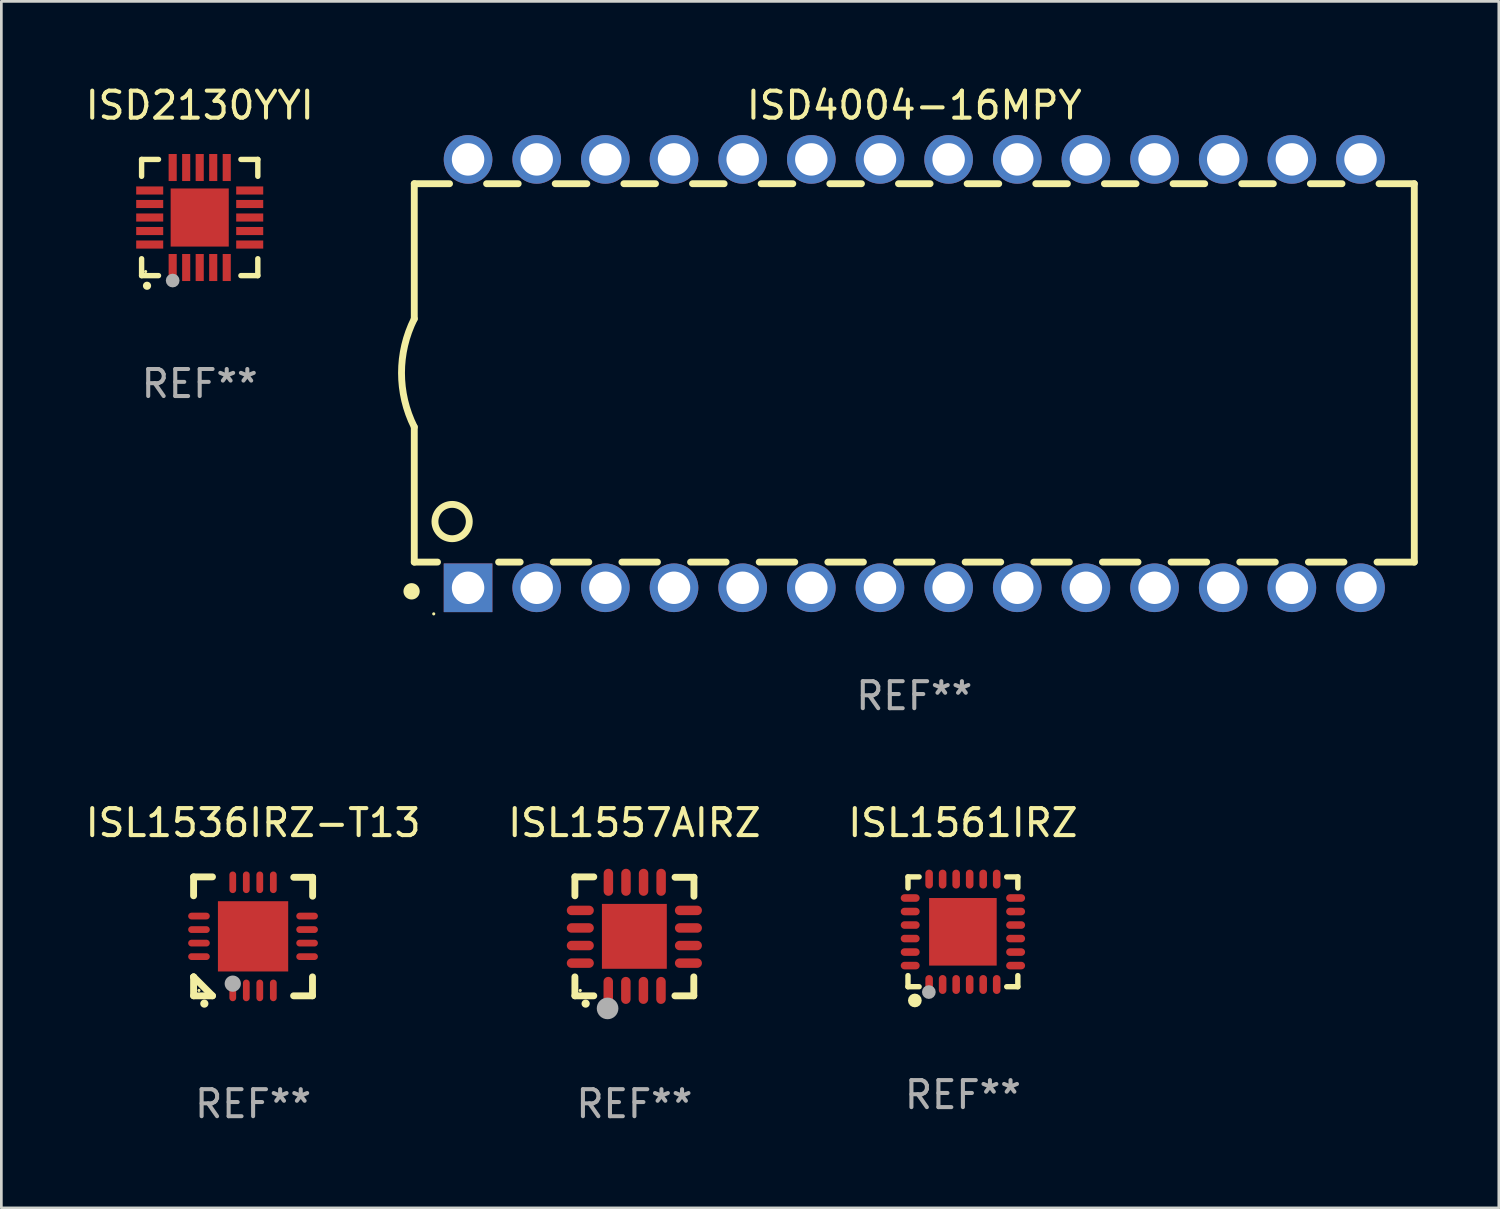
<source format=kicad_pcb>
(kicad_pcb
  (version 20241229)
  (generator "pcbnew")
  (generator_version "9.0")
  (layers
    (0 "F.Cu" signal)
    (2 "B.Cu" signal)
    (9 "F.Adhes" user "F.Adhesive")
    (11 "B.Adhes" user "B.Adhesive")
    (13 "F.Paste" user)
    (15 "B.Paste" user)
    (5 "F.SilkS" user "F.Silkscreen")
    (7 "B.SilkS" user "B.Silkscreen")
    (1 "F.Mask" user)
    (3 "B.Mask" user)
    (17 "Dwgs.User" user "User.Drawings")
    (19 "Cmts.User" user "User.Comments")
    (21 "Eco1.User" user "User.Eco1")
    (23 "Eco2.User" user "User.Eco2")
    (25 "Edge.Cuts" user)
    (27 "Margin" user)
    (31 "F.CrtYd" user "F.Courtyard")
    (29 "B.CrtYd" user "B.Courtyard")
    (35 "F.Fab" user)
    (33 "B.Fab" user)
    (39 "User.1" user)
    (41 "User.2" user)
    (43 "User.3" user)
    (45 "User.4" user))
  (footprint "ISD4004-16MPY"
    (layer "F.Cu")
    (at 30.778 10.773)
    (property "Reference" "ISD4004-16MPY" (at 0 -9.925 0) (layer "F.SilkS") (effects (font (size 1 1) (thickness 0.15))))
    (attr through_hole)
    (fp_line (start -18.5 -7.026) (end -18.5 -2.026) (stroke (width 0.254) (type solid)) (layer "F.SilkS"))
    (fp_line (start -18.5 1.974) (end -18.5 6.974) (stroke (width 0.254) (type solid)) (layer "F.SilkS"))
    (fp_line (start -17.64 6.974) (end -18.5 6.974) (stroke (width 0.254) (type solid)) (layer "F.SilkS"))
    (fp_line (start -17.195 -7.026) (end -18.5 -7.026) (stroke (width 0.254) (type solid)) (layer "F.SilkS"))
    (fp_line (start -14.655 -7.026) (end -15.825 -7.026) (stroke (width 0.254) (type solid)) (layer "F.SilkS"))
    (fp_line (start -14.582 6.974) (end -15.38 6.974) (stroke (width 0.254) (type solid)) (layer "F.SilkS"))
    (fp_line (start -12.115 -7.026) (end -13.285 -7.026) (stroke (width 0.254) (type solid)) (layer "F.SilkS"))
    (fp_line (start -12.042 6.974) (end -13.358 6.974) (stroke (width 0.254) (type solid)) (layer "F.SilkS"))
    (fp_line (start -9.575 -7.026) (end -10.745 -7.026) (stroke (width 0.254) (type solid)) (layer "F.SilkS"))
    (fp_line (start -9.502 6.974) (end -10.818 6.974) (stroke (width 0.254) (type solid)) (layer "F.SilkS"))
    (fp_line (start -7.035 -7.026) (end -8.205 -7.026) (stroke (width 0.254) (type solid)) (layer "F.SilkS"))
    (fp_line (start -6.962 6.974) (end -8.278 6.974) (stroke (width 0.254) (type solid)) (layer "F.SilkS"))
    (fp_line (start -4.495 -7.026) (end -5.665 -7.026) (stroke (width 0.254) (type solid)) (layer "F.SilkS"))
    (fp_line (start -4.422 6.974) (end -5.738 6.974) (stroke (width 0.254) (type solid)) (layer "F.SilkS"))
    (fp_line (start -1.955 -7.026) (end -3.125 -7.026) (stroke (width 0.254) (type solid)) (layer "F.SilkS"))
    (fp_line (start -1.882 6.974) (end -3.198 6.974) (stroke (width 0.254) (type solid)) (layer "F.SilkS"))
    (fp_line (start 0.585 -7.026) (end -0.585 -7.026) (stroke (width 0.254) (type solid)) (layer "F.SilkS"))
    (fp_line (start 0.658 6.974) (end -0.658 6.974) (stroke (width 0.254) (type solid)) (layer "F.SilkS"))
    (fp_line (start 3.125 -7.026) (end 1.955 -7.026) (stroke (width 0.254) (type solid)) (layer "F.SilkS"))
    (fp_line (start 3.198 6.974) (end 1.882 6.974) (stroke (width 0.254) (type solid)) (layer "F.SilkS"))
    (fp_line (start 5.665 -7.026) (end 4.495 -7.026) (stroke (width 0.254) (type solid)) (layer "F.SilkS"))
    (fp_line (start 5.738 6.974) (end 4.422 6.974) (stroke (width 0.254) (type solid)) (layer "F.SilkS"))
    (fp_line (start 8.205 -7.026) (end 7.035 -7.026) (stroke (width 0.254) (type solid)) (layer "F.SilkS"))
    (fp_line (start 8.278 6.974) (end 6.962 6.974) (stroke (width 0.254) (type solid)) (layer "F.SilkS"))
    (fp_line (start 10.745 -7.026) (end 9.575 -7.026) (stroke (width 0.254) (type solid)) (layer "F.SilkS"))
    (fp_line (start 10.818 6.974) (end 9.502 6.974) (stroke (width 0.254) (type solid)) (layer "F.SilkS"))
    (fp_line (start 13.285 -7.026) (end 12.115 -7.026) (stroke (width 0.254) (type solid)) (layer "F.SilkS"))
    (fp_line (start 13.358 6.974) (end 12.042 6.974) (stroke (width 0.254) (type solid)) (layer "F.SilkS"))
    (fp_line (start 15.825 -7.026) (end 14.655 -7.026) (stroke (width 0.254) (type solid)) (layer "F.SilkS"))
    (fp_line (start 15.898 6.974) (end 14.582 6.974) (stroke (width 0.254) (type solid)) (layer "F.SilkS"))
    (fp_line (start 18.5 -7.026) (end 17.195 -7.026) (stroke (width 0.254) (type solid)) (layer "F.SilkS"))
    (fp_line (start 18.5 6.974) (end 17.122 6.974) (stroke (width 0.254) (type solid)) (layer "F.SilkS"))
    (fp_line (start 18.5 6.974) (end 18.5 -7.026) (stroke (width 0.254) (type solid)) (layer "F.SilkS"))
    (fp_arc (start -18.599924 8.057734) (mid -18.599935 8.055207) (end -18.599924 8.052679) (stroke (width 0.6) (type solid)) (layer "F.SilkS"))
    (fp_arc (start -18.500051 1.974346) (mid -18.972187 -0.025654) (end -18.500051 -2.025654) (stroke (width 0.254001) (type solid)) (layer "F.SilkS"))
    (fp_circle (center -17.78 8.89) (end -17.75 8.89) (stroke (width 0.06) (type solid)) (fill no) (layer "F.SilkS"))
    (fp_circle (center -17.1 5.474) (end -16.465 5.474) (stroke (width 0.254) (type solid)) (fill no) (layer "F.SilkS"))
    (fp_text user "REF**" (at 0 11.925 0) (layer "F.Fab") (effects (font (size 1 1) (thickness 0.15))))
    (pad "1" thru_hole rect (at -16.51 7.925) (size 1.8 1.8) (drill 1.2) (layers "*.Cu" "*.Mask"))
    (pad "2" thru_hole circle (at -13.97 7.925) (size 1.8 1.8) (drill 1.2) (layers "*.Cu" "*.Mask"))
    (pad "3" thru_hole circle (at -11.43 7.924) (size 1.8 1.8) (drill 1.2) (layers "*.Cu" "*.Mask"))
    (pad "4" thru_hole circle (at -8.89 7.924) (size 1.8 1.8) (drill 1.2) (layers "*.Cu" "*.Mask"))
    (pad "5" thru_hole circle (at -6.35 7.924) (size 1.8 1.8) (drill 1.2) (layers "*.Cu" "*.Mask"))
    (pad "6" thru_hole circle (at -3.81 7.924) (size 1.8 1.8) (drill 1.2) (layers "*.Cu" "*.Mask"))
    (pad "7" thru_hole circle (at -1.27 7.924) (size 1.8 1.8) (drill 1.2) (layers "*.Cu" "*.Mask"))
    (pad "8" thru_hole circle (at 1.27 7.924) (size 1.8 1.8) (drill 1.2) (layers "*.Cu" "*.Mask"))
    (pad "9" thru_hole circle (at 3.81 7.924) (size 1.8 1.8) (drill 1.2) (layers "*.Cu" "*.Mask"))
    (pad "10" thru_hole circle (at 6.35 7.924) (size 1.8 1.8) (drill 1.2) (layers "*.Cu" "*.Mask"))
    (pad "11" thru_hole circle (at 8.89 7.924) (size 1.8 1.8) (drill 1.2) (layers "*.Cu" "*.Mask"))
    (pad "12" thru_hole circle (at 11.43 7.924) (size 1.8 1.8) (drill 1.2) (layers "*.Cu" "*.Mask"))
    (pad "13" thru_hole circle (at 13.97 7.924) (size 1.8 1.8) (drill 1.2) (layers "*.Cu" "*.Mask"))
    (pad "14" thru_hole circle (at 16.51 7.924) (size 1.8 1.8) (drill 1.2) (layers "*.Cu" "*.Mask"))
    (pad "15" thru_hole circle (at 16.51 -7.925) (size 1.8 1.8) (drill 1.2) (layers "*.Cu" "*.Mask"))
    (pad "16" thru_hole circle (at 13.97 -7.925) (size 1.8 1.8) (drill 1.2) (layers "*.Cu" "*.Mask"))
    (pad "17" thru_hole circle (at 11.43 -7.925) (size 1.8 1.8) (drill 1.2) (layers "*.Cu" "*.Mask"))
    (pad "18" thru_hole circle (at 8.89 -7.925) (size 1.8 1.8) (drill 1.2) (layers "*.Cu" "*.Mask"))
    (pad "19" thru_hole circle (at 6.35 -7.925) (size 1.8 1.8) (drill 1.2) (layers "*.Cu" "*.Mask"))
    (pad "20" thru_hole circle (at 3.81 -7.925) (size 1.8 1.8) (drill 1.2) (layers "*.Cu" "*.Mask"))
    (pad "21" thru_hole circle (at 1.27 -7.925) (size 1.8 1.8) (drill 1.2) (layers "*.Cu" "*.Mask"))
    (pad "22" thru_hole circle (at -1.27 -7.925) (size 1.8 1.8) (drill 1.2) (layers "*.Cu" "*.Mask"))
    (pad "23" thru_hole circle (at -3.81 -7.925) (size 1.8 1.8) (drill 1.2) (layers "*.Cu" "*.Mask"))
    (pad "24" thru_hole circle (at -6.35 -7.925) (size 1.8 1.8) (drill 1.2) (layers "*.Cu" "*.Mask"))
    (pad "25" thru_hole circle (at -8.89 -7.925) (size 1.8 1.8) (drill 1.2) (layers "*.Cu" "*.Mask"))
    (pad "26" thru_hole circle (at -11.43 -7.925) (size 1.8 1.8) (drill 1.2) (layers "*.Cu" "*.Mask"))
    (pad "27" thru_hole circle (at -13.97 -7.925) (size 1.8 1.8) (drill 1.2) (layers "*.Cu" "*.Mask"))
    (pad "28" thru_hole circle (at -16.51 -7.925) (size 1.8 1.8) (drill 1.2) (layers "*.Cu" "*.Mask")))
  (footprint "ISD2130YYI"
    (layer "F.Cu")
    (at 4.339 4.998)
    (property "Reference" "ISD2130YYI" (at 0 -4.15 0) (layer "F.SilkS") (effects (font (size 1 1) (thickness 0.15))))
    (attr through_hole)
    (fp_line (start -2.15 -2.15) (end -2.15 -1.525) (stroke (width 0.2) (type solid)) (layer "F.SilkS"))
    (fp_line (start -2.15 2.15) (end -2.15 1.525) (stroke (width 0.2) (type solid)) (layer "F.SilkS"))
    (fp_line (start -1.525 -2.15) (end -2.15 -2.15) (stroke (width 0.2) (type solid)) (layer "F.SilkS"))
    (fp_line (start -1.525 2.15) (end -2.15 2.15) (stroke (width 0.2) (type solid)) (layer "F.SilkS"))
    (fp_line (start 1.525 2.15) (end 2.15 2.15) (stroke (width 0.2) (type solid)) (layer "F.SilkS"))
    (fp_line (start 2.15 -2.15) (end 1.525 -2.15) (stroke (width 0.2) (type solid)) (layer "F.SilkS"))
    (fp_line (start 2.15 -1.525) (end 2.15 -2.15) (stroke (width 0.2) (type solid)) (layer "F.SilkS"))
    (fp_line (start 2.15 2.15) (end 2.15 1.525) (stroke (width 0.2) (type solid)) (layer "F.SilkS"))
    (fp_arc (start -1.950724 2.524765) (mid -1.949454 2.52476) (end -1.948184 2.524765) (stroke (width 0.3) (type solid)) (layer "F.SilkS"))
    (fp_circle (center -2 2) (end -1.97 2) (stroke (width 0.06) (type solid)) (fill no) (layer "F.SilkS"))
    (fp_circle (center -1 2.332) (end -0.873 2.332) (stroke (width 0.254) (type solid)) (fill no) (layer "F.Fab"))
    (fp_text user "REF**" (at 0 6.15 0) (layer "F.Fab") (effects (font (size 1 1) (thickness 0.15))))
    (pad "1" smd rect (at -1 1.85 180) (size 0.3 1) (layers "F.Cu" "F.Mask" "F.Paste"))
    (pad "2" smd rect (at -0.5 1.85 180) (size 0.3 1) (layers "F.Cu" "F.Mask" "F.Paste"))
    (pad "3" smd rect (at 0 1.85 180) (size 0.3 1) (layers "F.Cu" "F.Mask" "F.Paste"))
    (pad "4" smd rect (at 0.5 1.85 180) (size 0.3 1) (layers "F.Cu" "F.Mask" "F.Paste"))
    (pad "5" smd rect (at 1 1.85 180) (size 0.3 1) (layers "F.Cu" "F.Mask" "F.Paste"))
    (pad "6" smd rect (at 1.85 1 90) (size 0.3 1) (layers "F.Cu" "F.Mask" "F.Paste"))
    (pad "7" smd rect (at 1.85 0.5 90) (size 0.3 1) (layers "F.Cu" "F.Mask" "F.Paste"))
    (pad "8" smd rect (at 1.85 0 90) (size 0.3 1) (layers "F.Cu" "F.Mask" "F.Paste"))
    (pad "9" smd rect (at 1.85 -0.5 90) (size 0.3 1) (layers "F.Cu" "F.Mask" "F.Paste"))
    (pad "10" smd rect (at 1.85 -1 90) (size 0.3 1) (layers "F.Cu" "F.Mask" "F.Paste"))
    (pad "11" smd rect (at 1 -1.85 180) (size 0.3 1) (layers "F.Cu" "F.Mask" "F.Paste"))
    (pad "12" smd rect (at 0.5 -1.85 180) (size 0.3 1) (layers "F.Cu" "F.Mask" "F.Paste"))
    (pad "13" smd rect (at 0 -1.85 180) (size 0.3 1) (layers "F.Cu" "F.Mask" "F.Paste"))
    (pad "14" smd rect (at -0.5 -1.85 180) (size 0.3 1) (layers "F.Cu" "F.Mask" "F.Paste"))
    (pad "15" smd rect (at -1 -1.85 180) (size 0.3 1) (layers "F.Cu" "F.Mask" "F.Paste"))
    (pad "16" smd rect (at -1.85 -1 90) (size 0.3 1) (layers "F.Cu" "F.Mask" "F.Paste"))
    (pad "17" smd rect (at -1.85 -0.5 90) (size 0.3 1) (layers "F.Cu" "F.Mask" "F.Paste"))
    (pad "18" smd rect (at -1.85 0 90) (size 0.3 1) (layers "F.Cu" "F.Mask" "F.Paste"))
    (pad "19" smd rect (at -1.85 0.5 90) (size 0.3 1) (layers "F.Cu" "F.Mask" "F.Paste"))
    (pad "20" smd rect (at -1.85 1 90) (size 0.3 1) (layers "F.Cu" "F.Mask" "F.Paste"))
    (pad "21" smd rect (at 0 0 90) (size 2.15 2.15) (layers "F.Cu" "F.Mask" "F.Paste")))
  (footprint "ISL1561IRZ"
    (layer "F.Cu")
    (at 32.577 31.426)
    (property "Reference" "ISL1561IRZ" (at 0 -4.032 0) (layer "F.SilkS") (effects (font (size 1 1) (thickness 0.15))))
    (attr through_hole)
    (fp_line (start -2.032 -2.032) (end -1.621 -2.032) (stroke (width 0.2) (type solid)) (layer "F.SilkS"))
    (fp_line (start -2.032 -1.621) (end -2.032 -2.032) (stroke (width 0.2) (type solid)) (layer "F.SilkS"))
    (fp_line (start -2.032 2.032) (end -2.032 1.621) (stroke (width 0.2) (type solid)) (layer "F.SilkS"))
    (fp_line (start -1.621 2.032) (end -2.032 2.032) (stroke (width 0.2) (type solid)) (layer "F.SilkS"))
    (fp_line (start 1.621 -2.032) (end 2.032 -2.032) (stroke (width 0.2) (type solid)) (layer "F.SilkS"))
    (fp_line (start 2.032 -2.032) (end 2.032 -1.621) (stroke (width 0.2) (type solid)) (layer "F.SilkS"))
    (fp_line (start 2.032 1.621) (end 2.032 2.032) (stroke (width 0.2) (type solid)) (layer "F.SilkS"))
    (fp_line (start 2.032 2.032) (end 1.621 2.032) (stroke (width 0.2) (type solid)) (layer "F.SilkS"))
    (fp_circle (center -2 2) (end -1.97 2) (stroke (width 0.06) (type solid)) (fill no) (layer "F.SilkS"))
    (fp_circle (center -1.778 2.54) (end -1.651 2.54) (stroke (width 0.254) (type solid)) (fill no) (layer "F.SilkS"))
    (fp_circle (center -1.26 2.23) (end -1.133 2.23) (stroke (width 0.254) (type solid)) (fill no) (layer "F.Fab"))
    (fp_text user "REF**" (at 0 6.032 0) (layer "F.Fab") (effects (font (size 1 1) (thickness 0.15))))
    (pad "1" smd oval (at -1.25 1.95 180) (size 0.28 0.7) (layers "F.Cu" "F.Mask" "F.Paste"))
    (pad "2" smd oval (at -0.75 1.95 180) (size 0.28 0.7) (layers "F.Cu" "F.Mask" "F.Paste"))
    (pad "3" smd oval (at -0.25 1.95 180) (size 0.28 0.7) (layers "F.Cu" "F.Mask" "F.Paste"))
    (pad "4" smd oval (at 0.25 1.95 180) (size 0.28 0.7) (layers "F.Cu" "F.Mask" "F.Paste"))
    (pad "5" smd oval (at 0.75 1.95 180) (size 0.28 0.7) (layers "F.Cu" "F.Mask" "F.Paste"))
    (pad "6" smd oval (at 1.25 1.95 180) (size 0.28 0.7) (layers "F.Cu" "F.Mask" "F.Paste"))
    (pad "7" smd oval (at 1.95 1.25 270) (size 0.28 0.7) (layers "F.Cu" "F.Mask" "F.Paste"))
    (pad "8" smd oval (at 1.95 0.75 270) (size 0.28 0.7) (layers "F.Cu" "F.Mask" "F.Paste"))
    (pad "9" smd oval (at 1.95 0.25 270) (size 0.28 0.7) (layers "F.Cu" "F.Mask" "F.Paste"))
    (pad "10" smd oval (at 1.95 -0.25 270) (size 0.28 0.7) (layers "F.Cu" "F.Mask" "F.Paste"))
    (pad "11" smd oval (at 1.95 -0.75 270) (size 0.28 0.7) (layers "F.Cu" "F.Mask" "F.Paste"))
    (pad "12" smd oval (at 1.95 -1.25 270) (size 0.28 0.7) (layers "F.Cu" "F.Mask" "F.Paste"))
    (pad "13" smd oval (at 1.25 -1.95) (size 0.28 0.7) (layers "F.Cu" "F.Mask" "F.Paste"))
    (pad "14" smd oval (at 0.75 -1.95) (size 0.28 0.7) (layers "F.Cu" "F.Mask" "F.Paste"))
    (pad "15" smd oval (at 0.25 -1.95) (size 0.28 0.7) (layers "F.Cu" "F.Mask" "F.Paste"))
    (pad "16" smd oval (at -0.25 -1.95) (size 0.28 0.7) (layers "F.Cu" "F.Mask" "F.Paste"))
    (pad "17" smd oval (at -0.75 -1.95) (size 0.28 0.7) (layers "F.Cu" "F.Mask" "F.Paste"))
    (pad "18" smd oval (at -1.25 -1.95) (size 0.28 0.7) (layers "F.Cu" "F.Mask" "F.Paste"))
    (pad "19" smd oval (at -1.95 -1.25 90) (size 0.28 0.7) (layers "F.Cu" "F.Mask" "F.Paste"))
    (pad "20" smd oval (at -1.95 -0.75 90) (size 0.28 0.7) (layers "F.Cu" "F.Mask" "F.Paste"))
    (pad "21" smd oval (at -1.95 -0.25 90) (size 0.28 0.7) (layers "F.Cu" "F.Mask" "F.Paste"))
    (pad "22" smd oval (at -1.95 0.25 90) (size 0.28 0.7) (layers "F.Cu" "F.Mask" "F.Paste"))
    (pad "23" smd oval (at -1.95 0.75 90) (size 0.28 0.7) (layers "F.Cu" "F.Mask" "F.Paste"))
    (pad "24" smd oval (at -1.95 1.25 90) (size 0.28 0.7) (layers "F.Cu" "F.Mask" "F.Paste"))
    (pad "25" smd rect (at -0.000178 0.000025 90) (size 2.5 2.5) (layers "F.Cu" "F.Mask" "F.Paste")))
  (footprint "ISL1557AIRZ"
    (layer "F.Cu")
    (at 20.423 31.594)
    (property "Reference" "ISL1557AIRZ" (at 0 -4.2 0) (layer "F.SilkS") (effects (font (size 1 1) (thickness 0.15))))
    (attr through_hole)
    (fp_line (start -2.202 -2.2) (end -2.202 -1.5) (stroke (width 0.254) (type solid)) (layer "F.SilkS"))
    (fp_line (start -2.202 2.2) (end -2.202 1.5) (stroke (width 0.254) (type solid)) (layer "F.SilkS"))
    (fp_line (start -1.503 -2.2) (end -2.202 -2.2) (stroke (width 0.254) (type solid)) (layer "F.SilkS"))
    (fp_line (start -1.503 2.2) (end -2.202 2.2) (stroke (width 0.254) (type solid)) (layer "F.SilkS"))
    (fp_line (start 1.498 2.2) (end 2.197 2.2) (stroke (width 0.254) (type solid)) (layer "F.SilkS"))
    (fp_line (start 2.197 2.2) (end 2.197 1.5) (stroke (width 0.254) (type solid)) (layer "F.SilkS"))
    (fp_line (start 2.202 -2.185) (end 1.503 -2.185) (stroke (width 0.254) (type solid)) (layer "F.SilkS"))
    (fp_line (start 2.202 -1.485) (end 2.202 -2.185) (stroke (width 0.254) (type solid)) (layer "F.SilkS"))
    (fp_arc (start -1.805944 2.489205) (mid -1.804674 2.4892) (end -1.803404 2.489205) (stroke (width 0.3) (type solid)) (layer "F.SilkS"))
    (fp_circle (center -2.004 2.002) (end -1.974 2.002) (stroke (width 0.06) (type solid)) (fill no) (layer "F.SilkS"))
    (fp_circle (center -0.993 2.667) (end -0.793 2.667) (stroke (width 0.4) (type solid)) (fill no) (layer "F.Fab"))
    (fp_text user "REF**" (at 0 6.2 0) (layer "F.Fab") (effects (font (size 1 1) (thickness 0.15))))
    (pad "1" smd oval (at -0.968 2) (size 0.35 1) (layers "F.Cu" "F.Mask" "F.Paste"))
    (pad "2" smd oval (at -0.317 2) (size 0.35 1) (layers "F.Cu" "F.Mask" "F.Paste"))
    (pad "3" smd oval (at 0.333 2) (size 0.35 1) (layers "F.Cu" "F.Mask" "F.Paste"))
    (pad "4" smd oval (at 0.983 2) (size 0.35 1) (layers "F.Cu" "F.Mask" "F.Paste"))
    (pad "5" smd oval (at 1.998 0.991 90) (size 0.35 1) (layers "F.Cu" "F.Mask" "F.Paste"))
    (pad "6" smd oval (at 1.998 0.34 90) (size 0.35 1) (layers "F.Cu" "F.Mask" "F.Paste"))
    (pad "7" smd oval (at 1.998 -0.31 90) (size 0.35 1) (layers "F.Cu" "F.Mask" "F.Paste"))
    (pad "8" smd oval (at 1.998 -0.96 90) (size 0.35 1) (layers "F.Cu" "F.Mask" "F.Paste"))
    (pad "9" smd oval (at 0.988 -2) (size 0.35 1) (layers "F.Cu" "F.Mask" "F.Paste"))
    (pad "10" smd oval (at 0.338 -2) (size 0.35 1) (layers "F.Cu" "F.Mask" "F.Paste"))
    (pad "11" smd oval (at -0.312 -2) (size 0.35 1) (layers "F.Cu" "F.Mask" "F.Paste"))
    (pad "12" smd oval (at -0.963 -2) (size 0.35 1) (layers "F.Cu" "F.Mask" "F.Paste"))
    (pad "13" smd oval (at -2.002 -0.96 90) (size 0.35 1) (layers "F.Cu" "F.Mask" "F.Paste"))
    (pad "14" smd oval (at -2.002 -0.31 90) (size 0.35 1) (layers "F.Cu" "F.Mask" "F.Paste"))
    (pad "15" smd oval (at -2.002 0.34 90) (size 0.35 1) (layers "F.Cu" "F.Mask" "F.Paste"))
    (pad "16" smd oval (at -2.002 0.991 90) (size 0.35 1) (layers "F.Cu" "F.Mask" "F.Paste"))
    (pad "17" smd rect (at -0.002 0.000127 90) (size 2.4 2.4) (layers "F.Cu" "F.Mask" "F.Paste")))
  (footprint "ISL1536IRZ-T13"
    (layer "F.Cu")
    (at 6.315 31.594)
    (property "Reference" "ISL1536IRZ-T13" (at 0 -4.2 0) (layer "F.SilkS") (effects (font (size 1 1) (thickness 0.15))))
    (attr through_hole)
    (fp_line (start -2.202 -2.2) (end -2.202 -1.5) (stroke (width 0.254) (type solid)) (layer "F.SilkS"))
    (fp_line (start -2.202 1.5) (end -2.202 1.5) (stroke (width 0.254) (type solid)) (layer "F.SilkS"))
    (fp_line (start -2.202 1.5) (end -1.503 2.2) (stroke (width 0.254) (type solid)) (layer "F.SilkS"))
    (fp_line (start -2.202 2.2) (end -2.202 1.5) (stroke (width 0.254) (type solid)) (layer "F.SilkS"))
    (fp_line (start -1.503 -2.2) (end -2.202 -2.2) (stroke (width 0.254) (type solid)) (layer "F.SilkS"))
    (fp_line (start -1.503 2.2) (end -2.202 2.2) (stroke (width 0.254) (type solid)) (layer "F.SilkS"))
    (fp_line (start 1.498 2.2) (end 2.197 2.2) (stroke (width 0.254) (type solid)) (layer "F.SilkS"))
    (fp_line (start 2.197 2.2) (end 2.197 1.5) (stroke (width 0.254) (type solid)) (layer "F.SilkS"))
    (fp_line (start 2.202 -2.185) (end 1.503 -2.185) (stroke (width 0.254) (type solid)) (layer "F.SilkS"))
    (fp_line (start 2.202 -1.485) (end 2.202 -2.185) (stroke (width 0.254) (type solid)) (layer "F.SilkS"))
    (fp_arc (start -1.805944 2.489205) (mid -1.804674 2.4892) (end -1.803404 2.489205) (stroke (width 0.3) (type solid)) (layer "F.SilkS"))
    (fp_circle (center -2.003 2) (end -1.973 2) (stroke (width 0.06) (type solid)) (fill no) (layer "F.SilkS"))
    (fp_circle (center -0.753 1.75) (end -0.603 1.75) (stroke (width 0.3) (type solid)) (fill no) (layer "F.Fab"))
    (fp_text user "REF**" (at 0 6.2 0) (layer "F.Fab") (effects (font (size 1 1) (thickness 0.15))))
    (pad "1" smd oval (at -0.753 2) (size 0.25 0.8) (layers "F.Cu" "F.Mask" "F.Paste"))
    (pad "2" smd oval (at -0.252 2) (size 0.25 0.8) (layers "F.Cu" "F.Mask" "F.Paste"))
    (pad "3" smd oval (at 0.247 2) (size 0.25 0.8) (layers "F.Cu" "F.Mask" "F.Paste"))
    (pad "4" smd oval (at 0.748 2) (size 0.25 0.8) (layers "F.Cu" "F.Mask" "F.Paste"))
    (pad "5" smd oval (at 1.997 0.75 90) (size 0.25 0.8) (layers "F.Cu" "F.Mask" "F.Paste"))
    (pad "6" smd oval (at 1.997 0.25 90) (size 0.25 0.8) (layers "F.Cu" "F.Mask" "F.Paste"))
    (pad "7" smd oval (at 1.997 -0.25 90) (size 0.25 0.8) (layers "F.Cu" "F.Mask" "F.Paste"))
    (pad "8" smd oval (at 1.997 -0.75 90) (size 0.25 0.8) (layers "F.Cu" "F.Mask" "F.Paste"))
    (pad "9" smd oval (at 0.748 -2) (size 0.25 0.8) (layers "F.Cu" "F.Mask" "F.Paste"))
    (pad "10" smd oval (at 0.247 -2) (size 0.25 0.8) (layers "F.Cu" "F.Mask" "F.Paste"))
    (pad "11" smd oval (at -0.252 -2) (size 0.25 0.8) (layers "F.Cu" "F.Mask" "F.Paste"))
    (pad "12" smd oval (at -0.753 -2) (size 0.25 0.8) (layers "F.Cu" "F.Mask" "F.Paste"))
    (pad "13" smd oval (at -2.003 -0.75 90) (size 0.25 0.8) (layers "F.Cu" "F.Mask" "F.Paste"))
    (pad "14" smd oval (at -2.003 -0.25 90) (size 0.25 0.8) (layers "F.Cu" "F.Mask" "F.Paste"))
    (pad "15" smd oval (at -2.003 0.25 90) (size 0.25 0.8) (layers "F.Cu" "F.Mask" "F.Paste"))
    (pad "16" smd oval (at -2.003 0.75 90) (size 0.25 0.8) (layers "F.Cu" "F.Mask" "F.Paste"))
    (pad "17" smd rect (at -0.002 0.000025 90) (size 2.6 2.6) (layers "F.Cu" "F.Mask" "F.Paste")))
  (gr_rect
    (start -3 -3)
    (end 52.405 41.642)
    (stroke (width 0.1) (type default))
    (fill no)
    (layer "Edge.Cuts")))
</source>
